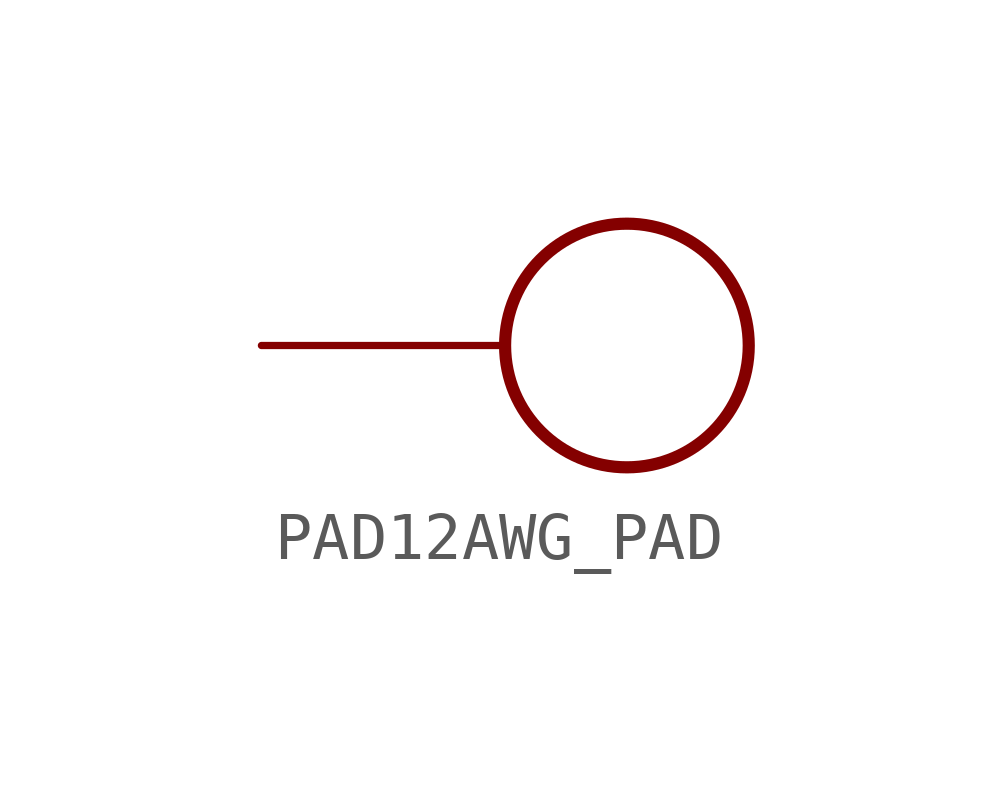
<source format=kicad_sym>
(kicad_symbol_lib
  (version 20231120)
  (generator "kicad_symbol_editor")
  (generator_version "8.0")
  (symbol "PAD12AWG_PAD"
    (property "Reference" ""
      (at -7.62 5.08 0)
      (effects (font (size 1.676 1.425)) (justify left bottom) (hide yes)))
    (property "ki_locked" ""
      (at 0 0 0)
      (effects (font (size 1.27 1.27))))
    (symbol "PAD12AWG_PAD_1_0"
      (circle (center 0 0) (radius 2.54) (stroke (width 0.254) (type solid)) (fill (type none)))
      (pin bidirectional line (at -7.62 0 0) (length 5.08) (name "P$1" (effects (font (size 0 0)))) (number "1" (effects (font (size 0 0))))))))
</source>
